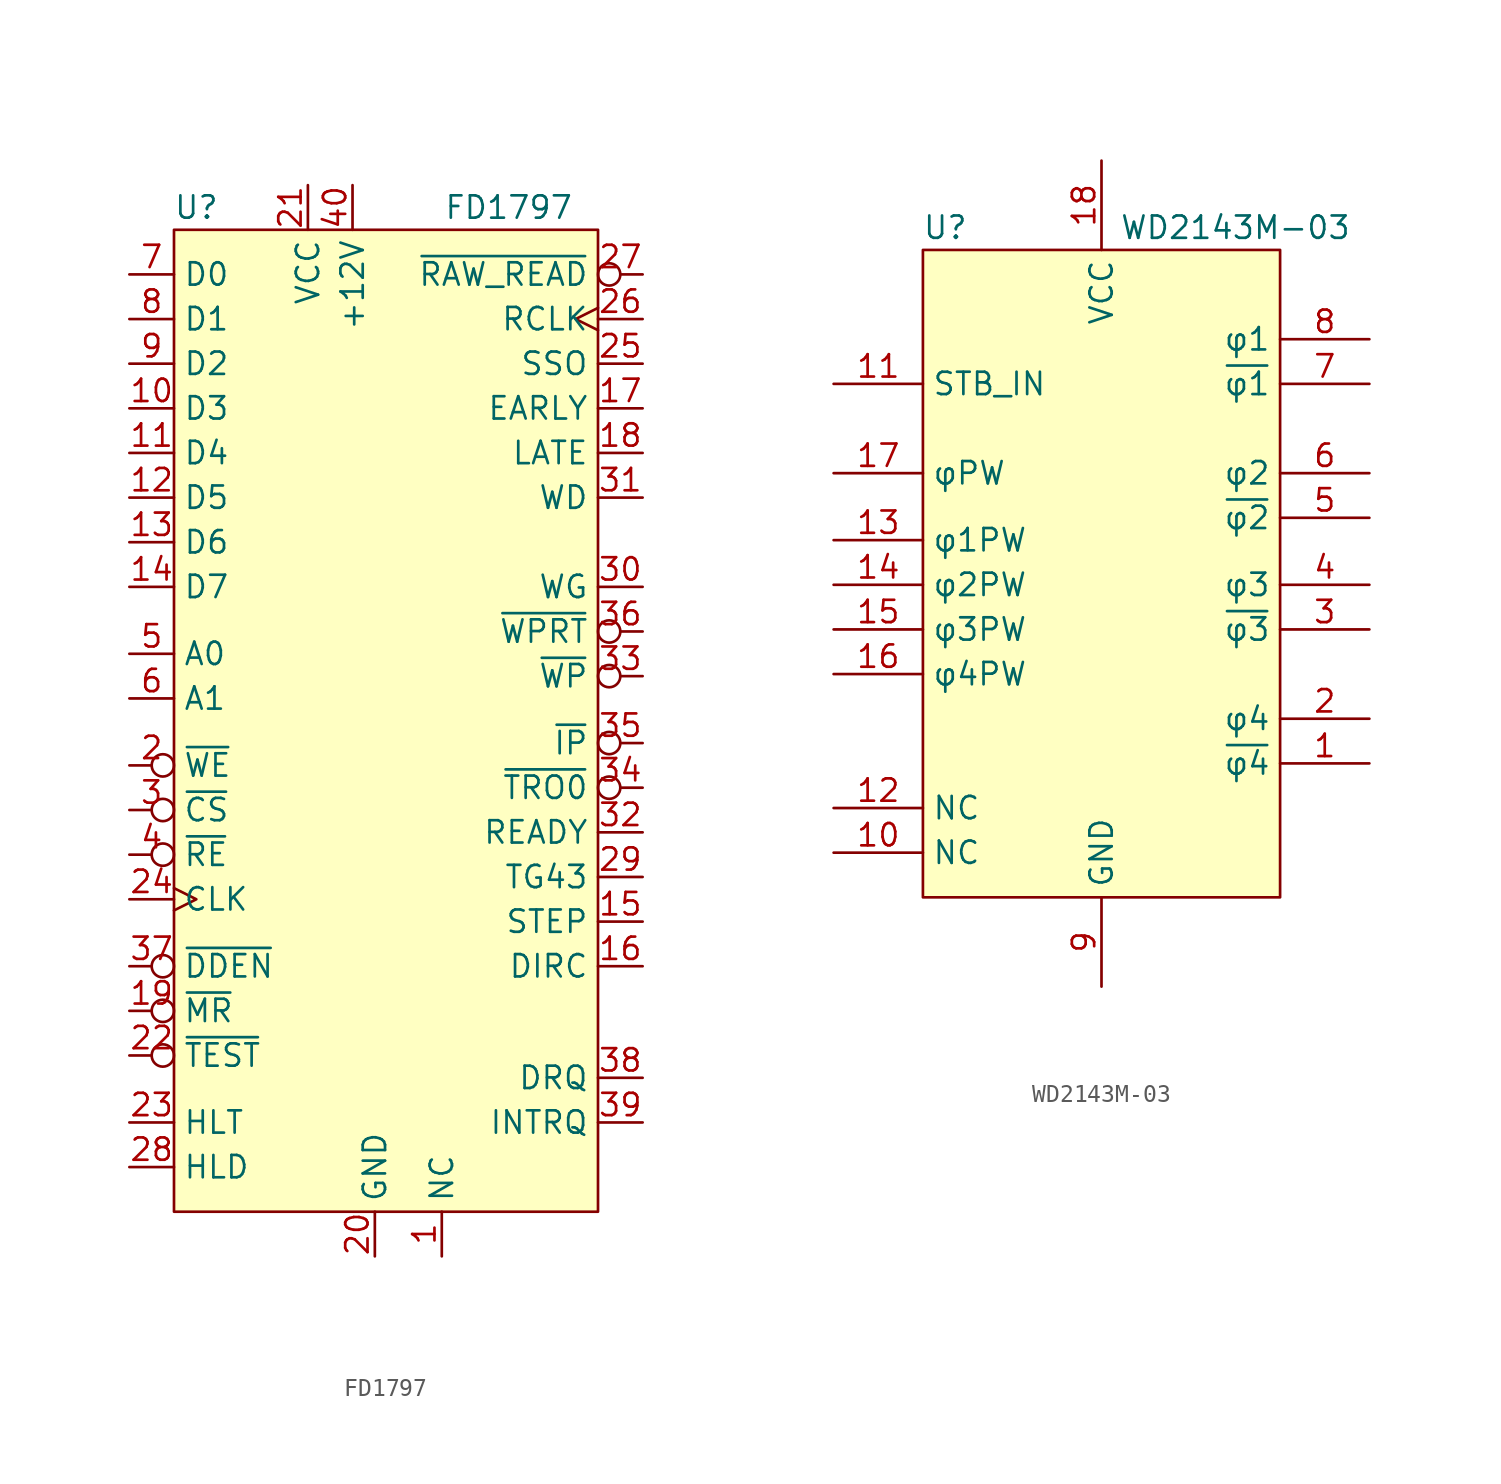
<source format=kicad_sym>
(kicad_symbol_lib
  (version 20220331)
  (generator kicad_symbol_editor)
  (symbol "FD1797"
    (property "Reference" "U"
      (at -10.16 24.13 0)
      (effects (font (size 1.27 1.27))))
    (property "Value" "FD1797"
      (at 7.62 24.13 0)
      (effects (font (size 1.27 1.27))))
    (symbol "FD1797_0_1"
      (rectangle (start -11.43 22.86) (end 12.7 -33.02) (stroke (width 0) (type solid)) (fill (type background))))
    (symbol "FD1797_1_1"
      (pin passive line (at 3.81 -35.56 90) (length 2.54) (name "NC" (effects (font (size 1.27 1.27)))) (number "1" (effects (font (size 1.27 1.27)))))
      (pin bidirectional line (at -13.97 12.7 0) (length 2.54) (name "D3" (effects (font (size 1.27 1.27)))) (number "10" (effects (font (size 1.27 1.27)))))
      (pin bidirectional line (at -13.97 10.16 0) (length 2.54) (name "D4" (effects (font (size 1.27 1.27)))) (number "11" (effects (font (size 1.27 1.27)))))
      (pin bidirectional line (at -13.97 7.62 0) (length 2.54) (name "D5" (effects (font (size 1.27 1.27)))) (number "12" (effects (font (size 1.27 1.27)))))
      (pin bidirectional line (at -13.97 5.08 0) (length 2.54) (name "D6" (effects (font (size 1.27 1.27)))) (number "13" (effects (font (size 1.27 1.27)))))
      (pin bidirectional line (at -13.97 2.54 0) (length 2.54) (name "D7" (effects (font (size 1.27 1.27)))) (number "14" (effects (font (size 1.27 1.27)))))
      (pin output line (at 15.24 -16.51 180) (length 2.54) (name "STEP" (effects (font (size 1.27 1.27)))) (number "15" (effects (font (size 1.27 1.27)))))
      (pin output line (at 15.24 -19.05 180) (length 2.54) (name "DIRC" (effects (font (size 1.27 1.27)))) (number "16" (effects (font (size 1.27 1.27)))))
      (pin output line (at 15.24 12.7 180) (length 2.54) (name "EARLY" (effects (font (size 1.27 1.27)))) (number "17" (effects (font (size 1.27 1.27)))))
      (pin output line (at 15.24 10.16 180) (length 2.54) (name "LATE" (effects (font (size 1.27 1.27)))) (number "18" (effects (font (size 1.27 1.27)))))
      (pin input inverted (at -13.97 -21.59 0) (length 2.54) (name "~{MR}" (effects (font (size 1.27 1.27)))) (number "19" (effects (font (size 1.27 1.27)))))
      (pin input inverted (at -13.97 -7.62 0) (length 2.54) (name "~{WE}" (effects (font (size 1.27 1.27)))) (number "2" (effects (font (size 1.27 1.27)))))
      (pin power_in line (at 0 -35.56 90) (length 2.54) (name "GND" (effects (font (size 1.27 1.27)))) (number "20" (effects (font (size 1.27 1.27)))))
      (pin power_in line (at -3.81 25.4 270) (length 2.54) (name "VCC" (effects (font (size 1.27 1.27)))) (number "21" (effects (font (size 1.27 1.27)))))
      (pin input inverted (at -13.97 -24.13 0) (length 2.54) (name "~{TEST}" (effects (font (size 1.27 1.27)))) (number "22" (effects (font (size 1.27 1.27)))))
      (pin input line (at -13.97 -27.94 0) (length 2.54) (name "HLT" (effects (font (size 1.27 1.27)))) (number "23" (effects (font (size 1.27 1.27)))))
      (pin input clock (at -13.97 -15.24 0) (length 2.54) (name "CLK" (effects (font (size 1.27 1.27)))) (number "24" (effects (font (size 1.27 1.27)))))
      (pin output line (at 15.24 15.24 180) (length 2.54) (name "SSO" (effects (font (size 1.27 1.27)))) (number "25" (effects (font (size 1.27 1.27)))))
      (pin input clock (at 15.24 17.78 180) (length 2.54) (name "RCLK" (effects (font (size 1.27 1.27)))) (number "26" (effects (font (size 1.27 1.27)))))
      (pin input inverted (at 15.24 20.32 180) (length 2.54) (name "~{RAW_READ}" (effects (font (size 1.27 1.27)))) (number "27" (effects (font (size 1.27 1.27)))))
      (pin output line (at -13.97 -30.48 0) (length 2.54) (name "HLD" (effects (font (size 1.27 1.27)))) (number "28" (effects (font (size 1.27 1.27)))))
      (pin output line (at 15.24 -13.97 180) (length 2.54) (name "TG43" (effects (font (size 1.27 1.27)))) (number "29" (effects (font (size 1.27 1.27)))))
      (pin input inverted (at -13.97 -10.16 0) (length 2.54) (name "~{CS}" (effects (font (size 1.27 1.27)))) (number "3" (effects (font (size 1.27 1.27)))))
      (pin output line (at 15.24 2.54 180) (length 2.54) (name "WG" (effects (font (size 1.27 1.27)))) (number "30" (effects (font (size 1.27 1.27)))))
      (pin output line (at 15.24 7.62 180) (length 2.54) (name "WD" (effects (font (size 1.27 1.27)))) (number "31" (effects (font (size 1.27 1.27)))))
      (pin input line (at 15.24 -11.43 180) (length 2.54) (name "READY" (effects (font (size 1.27 1.27)))) (number "32" (effects (font (size 1.27 1.27)))))
      (pin input inverted (at 15.24 -2.54 180) (length 2.54) (name "~{WP}" (effects (font (size 1.27 1.27)))) (number "33" (effects (font (size 1.27 1.27)))))
      (pin input inverted (at 15.24 -8.89 180) (length 2.54) (name "~{TRO0}" (effects (font (size 1.27 1.27)))) (number "34" (effects (font (size 1.27 1.27)))))
      (pin input inverted (at 15.24 -6.35 180) (length 2.54) (name "~{IP}" (effects (font (size 1.27 1.27)))) (number "35" (effects (font (size 1.27 1.27)))))
      (pin input inverted (at 15.24 0 180) (length 2.54) (name "~{WPRT}" (effects (font (size 1.27 1.27)))) (number "36" (effects (font (size 1.27 1.27)))))
      (pin input inverted (at -13.97 -19.05 0) (length 2.54) (name "~{DDEN}" (effects (font (size 1.27 1.27)))) (number "37" (effects (font (size 1.27 1.27)))))
      (pin output line (at 15.24 -25.4 180) (length 2.54) (name "DRQ" (effects (font (size 1.27 1.27)))) (number "38" (effects (font (size 1.27 1.27)))))
      (pin output line (at 15.24 -27.94 180) (length 2.54) (name "INTRQ" (effects (font (size 1.27 1.27)))) (number "39" (effects (font (size 1.27 1.27)))))
      (pin input inverted (at -13.97 -12.7 0) (length 2.54) (name "~{RE}" (effects (font (size 1.27 1.27)))) (number "4" (effects (font (size 1.27 1.27)))))
      (pin power_in line (at -1.27 25.4 270) (length 2.54) (name "+12V" (effects (font (size 1.27 1.27)))) (number "40" (effects (font (size 1.27 1.27)))))
      (pin input line (at -13.97 -1.27 0) (length 2.54) (name "A0" (effects (font (size 1.27 1.27)))) (number "5" (effects (font (size 1.27 1.27)))))
      (pin input line (at -13.97 -3.81 0) (length 2.54) (name "A1" (effects (font (size 1.27 1.27)))) (number "6" (effects (font (size 1.27 1.27)))))
      (pin bidirectional line (at -13.97 20.32 0) (length 2.54) (name "D0" (effects (font (size 1.27 1.27)))) (number "7" (effects (font (size 1.27 1.27)))))
      (pin bidirectional line (at -13.97 17.78 0) (length 2.54) (name "D1" (effects (font (size 1.27 1.27)))) (number "8" (effects (font (size 1.27 1.27)))))
      (pin bidirectional line (at -13.97 15.24 0) (length 2.54) (name "D2" (effects (font (size 1.27 1.27)))) (number "9" (effects (font (size 1.27 1.27)))))))
  (symbol "WD2143M-03"
    (property "Reference" "U"
      (at -8.89 17.78 0)
      (effects (font (size 1.27 1.27))))
    (property "Value" "WD2143M-03"
      (at 7.62 17.78 0)
      (effects (font (size 1.27 1.27))))
    (symbol "WD2143M-03_1_1"
      (rectangle (start -10.16 16.51) (end 10.16 -20.32) (stroke (width 0) (type solid)) (fill (type background)))
      (pin output line (at 15.24 -12.7 180) (length 5.08) (name "~{φ4}" (effects (font (size 1.27 1.27)))) (number "1" (effects (font (size 1.27 1.27)))))
      (pin input line (at -15.24 -17.78 0) (length 5.08) (name "NC" (effects (font (size 1.27 1.27)))) (number "10" (effects (font (size 1.27 1.27)))))
      (pin input line (at -15.24 8.89 0) (length 5.08) (name "STB_IN" (effects (font (size 1.27 1.27)))) (number "11" (effects (font (size 1.27 1.27)))))
      (pin input line (at -15.24 -15.24 0) (length 5.08) (name "NC" (effects (font (size 1.27 1.27)))) (number "12" (effects (font (size 1.27 1.27)))))
      (pin input line (at -15.24 0 0) (length 5.08) (name "φ1PW" (effects (font (size 1.27 1.27)))) (number "13" (effects (font (size 1.27 1.27)))))
      (pin input line (at -15.24 -2.54 0) (length 5.08) (name "φ2PW" (effects (font (size 1.27 1.27)))) (number "14" (effects (font (size 1.27 1.27)))))
      (pin input line (at -15.24 -5.08 0) (length 5.08) (name "φ3PW" (effects (font (size 1.27 1.27)))) (number "15" (effects (font (size 1.27 1.27)))))
      (pin input line (at -15.24 -7.62 0) (length 5.08) (name "φ4PW" (effects (font (size 1.27 1.27)))) (number "16" (effects (font (size 1.27 1.27)))))
      (pin input line (at -15.24 3.81 0) (length 5.08) (name "φPW" (effects (font (size 1.27 1.27)))) (number "17" (effects (font (size 1.27 1.27)))))
      (pin power_in line (at 0 21.59 270) (length 5.08) (name "VCC" (effects (font (size 1.27 1.27)))) (number "18" (effects (font (size 1.27 1.27)))))
      (pin output line (at 15.24 -10.16 180) (length 5.08) (name "φ4" (effects (font (size 1.27 1.27)))) (number "2" (effects (font (size 1.27 1.27)))))
      (pin output line (at 15.24 -5.08 180) (length 5.08) (name "~{φ3}" (effects (font (size 1.27 1.27)))) (number "3" (effects (font (size 1.27 1.27)))))
      (pin output line (at 15.24 -2.54 180) (length 5.08) (name "φ3" (effects (font (size 1.27 1.27)))) (number "4" (effects (font (size 1.27 1.27)))))
      (pin output line (at 15.24 1.27 180) (length 5.08) (name "~{φ2}" (effects (font (size 1.27 1.27)))) (number "5" (effects (font (size 1.27 1.27)))))
      (pin output line (at 15.24 3.81 180) (length 5.08) (name "φ2" (effects (font (size 1.27 1.27)))) (number "6" (effects (font (size 1.27 1.27)))))
      (pin output line (at 15.24 8.89 180) (length 5.08) (name "~{φ1}" (effects (font (size 1.27 1.27)))) (number "7" (effects (font (size 1.27 1.27)))))
      (pin output line (at 15.24 11.43 180) (length 5.08) (name "φ1" (effects (font (size 1.27 1.27)))) (number "8" (effects (font (size 1.27 1.27)))))
      (pin power_in line (at 0 -25.4 90) (length 5.08) (name "GND" (effects (font (size 1.27 1.27)))) (number "9" (effects (font (size 1.27 1.27))))))))
</source>
